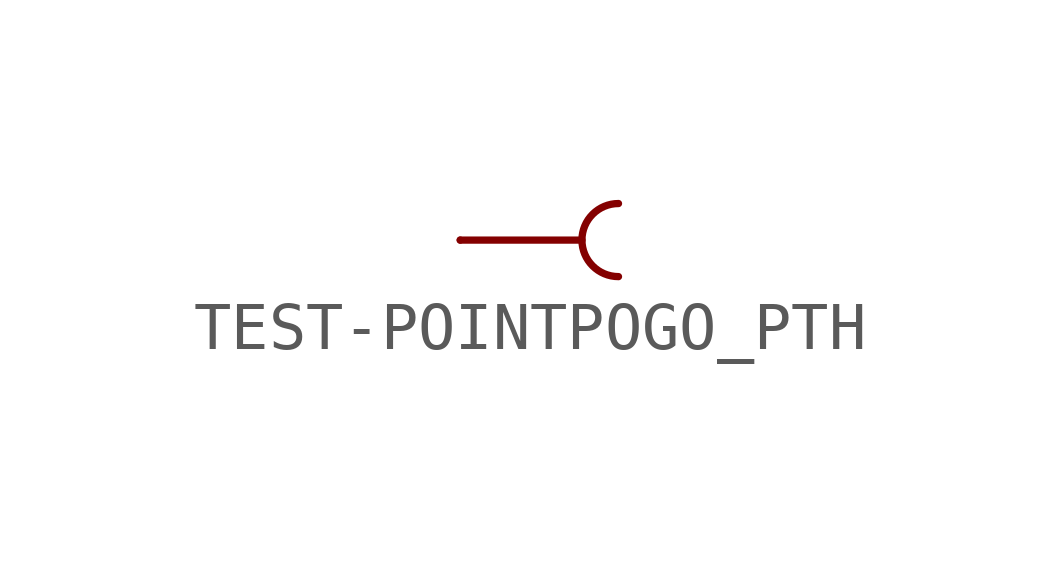
<source format=kicad_sym>
(kicad_symbol_lib
  (version 20220914)
  (generator kicad_symbol_editor)
  (symbol "TEST-POINTPOGO_PTH"
    (property "Reference" "TP"
      (at -2.54 2.54 0)
      (effects (font (size 1.778 1.778)) (justify left bottom) hide))
    (property "ki_locked" ""
      (at 0 0 0)
      (effects (font (size 1.27 1.27))))
    (symbol "TEST-POINTPOGO_PTH_1_0"
      (polyline (pts (xy 2.54 0) (xy 0 0)) (stroke (width 0.152) (type solid)) (fill (type none)))
      (arc (start 3.302 0.762) (mid 2.54 0) (end 3.302 -0.762) (stroke (width 0.1524) (type solid)) (fill (type none)))
      (pin bidirectional line (at 0 0 180) (length 0) (name "1" (effects (font (size 0 0)))) (number "1" (effects (font (size 0 0))))))))
</source>
